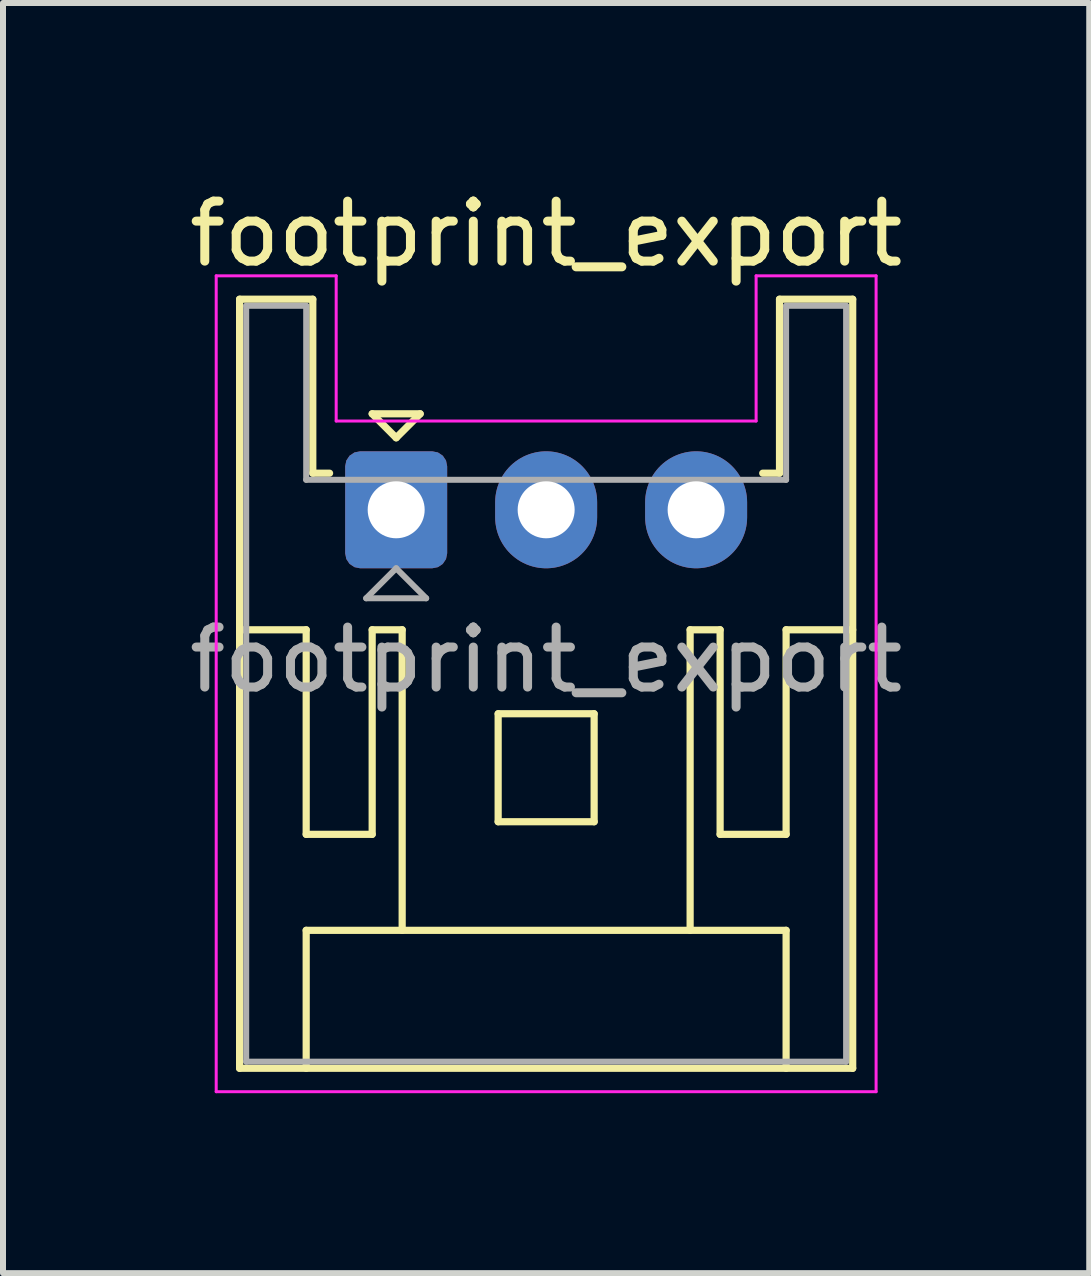
<source format=kicad_pcb>
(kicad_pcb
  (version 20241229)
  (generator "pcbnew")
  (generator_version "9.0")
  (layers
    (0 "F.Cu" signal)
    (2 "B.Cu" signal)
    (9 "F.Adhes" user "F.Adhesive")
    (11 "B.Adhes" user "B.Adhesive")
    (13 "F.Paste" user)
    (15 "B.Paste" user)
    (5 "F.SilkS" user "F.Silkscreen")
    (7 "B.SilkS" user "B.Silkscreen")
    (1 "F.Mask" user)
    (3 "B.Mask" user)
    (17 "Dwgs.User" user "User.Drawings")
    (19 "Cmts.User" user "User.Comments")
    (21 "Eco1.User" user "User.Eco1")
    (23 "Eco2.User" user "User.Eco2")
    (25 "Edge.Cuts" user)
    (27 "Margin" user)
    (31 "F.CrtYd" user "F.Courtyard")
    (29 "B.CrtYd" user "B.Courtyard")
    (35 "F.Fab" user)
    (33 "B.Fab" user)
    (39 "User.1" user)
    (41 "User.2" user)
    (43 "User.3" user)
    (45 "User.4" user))
  (footprint "footprint_export"
    (layer "F.Cu")
    (at 3.554 5.448)
    (property "Reference" "footprint_export" (at 2.5 -4.6 0) (layer "F.SilkS") (effects (font (size 1 1) (thickness 0.15))))
    (attr through_hole)
    (fp_line (start -2.61 -3.51) (end -2.61 9.31) (stroke (width 0.12) (type solid)) (layer "F.SilkS"))
    (fp_line (start -2.61 9.31) (end 7.61 9.31) (stroke (width 0.12) (type solid)) (layer "F.SilkS"))
    (fp_line (start -1.5 2) (end -2.61 2) (stroke (width 0.12) (type solid)) (layer "F.SilkS"))
    (fp_line (start -1.5 5.41) (end -1.5 2) (stroke (width 0.12) (type solid)) (layer "F.SilkS"))
    (fp_line (start -1.5 7.01) (end 6.5 7.01) (stroke (width 0.12) (type solid)) (layer "F.SilkS"))
    (fp_line (start -1.5 9.31) (end -1.5 7.01) (stroke (width 0.12) (type solid)) (layer "F.SilkS"))
    (fp_line (start -1.39 -3.51) (end -2.61 -3.51) (stroke (width 0.12) (type solid)) (layer "F.SilkS"))
    (fp_line (start -1.39 -0.61) (end -1.39 -3.51) (stroke (width 0.12) (type solid)) (layer "F.SilkS"))
    (fp_line (start -1.11 -0.61) (end -1.39 -0.61) (stroke (width 0.12) (type solid)) (layer "F.SilkS"))
    (fp_line (start -0.4 -1.6) (end 0.4 -1.6) (stroke (width 0.12) (type solid)) (layer "F.SilkS"))
    (fp_line (start -0.4 2) (end -0.4 5.41) (stroke (width 0.12) (type solid)) (layer "F.SilkS"))
    (fp_line (start -0.4 5.41) (end -1.5 5.41) (stroke (width 0.12) (type solid)) (layer "F.SilkS"))
    (fp_line (start 0 -1.2) (end -0.4 -1.6) (stroke (width 0.12) (type solid)) (layer "F.SilkS"))
    (fp_line (start 0.1 2) (end -0.4 2) (stroke (width 0.12) (type solid)) (layer "F.SilkS"))
    (fp_line (start 0.1 7.01) (end 0.1 2) (stroke (width 0.12) (type solid)) (layer "F.SilkS"))
    (fp_line (start 0.4 -1.6) (end 0 -1.2) (stroke (width 0.12) (type solid)) (layer "F.SilkS"))
    (fp_line (start 1.7 3.4) (end 3.3 3.4) (stroke (width 0.12) (type solid)) (layer "F.SilkS"))
    (fp_line (start 1.7 5.2) (end 1.7 3.4) (stroke (width 0.12) (type solid)) (layer "F.SilkS"))
    (fp_line (start 3.3 3.4) (end 3.3 5.2) (stroke (width 0.12) (type solid)) (layer "F.SilkS"))
    (fp_line (start 3.3 5.2) (end 1.7 5.2) (stroke (width 0.12) (type solid)) (layer "F.SilkS"))
    (fp_line (start 4.9 2) (end 5.4 2) (stroke (width 0.12) (type solid)) (layer "F.SilkS"))
    (fp_line (start 4.9 7.01) (end 4.9 2) (stroke (width 0.12) (type solid)) (layer "F.SilkS"))
    (fp_line (start 5.4 2) (end 5.4 5.41) (stroke (width 0.12) (type solid)) (layer "F.SilkS"))
    (fp_line (start 5.4 5.41) (end 6.5 5.41) (stroke (width 0.12) (type solid)) (layer "F.SilkS"))
    (fp_line (start 6.39 -3.51) (end 6.39 -0.61) (stroke (width 0.12) (type solid)) (layer "F.SilkS"))
    (fp_line (start 6.39 -0.61) (end 6.11 -0.61) (stroke (width 0.12) (type solid)) (layer "F.SilkS"))
    (fp_line (start 6.5 2) (end 7.61 2) (stroke (width 0.12) (type solid)) (layer "F.SilkS"))
    (fp_line (start 6.5 5.41) (end 6.5 2) (stroke (width 0.12) (type solid)) (layer "F.SilkS"))
    (fp_line (start 6.5 7.01) (end 6.5 9.31) (stroke (width 0.12) (type solid)) (layer "F.SilkS"))
    (fp_line (start 7.61 -3.51) (end 6.39 -3.51) (stroke (width 0.12) (type solid)) (layer "F.SilkS"))
    (fp_line (start 7.61 9.31) (end 7.61 -3.51) (stroke (width 0.12) (type solid)) (layer "F.SilkS"))
    (fp_line (start -3 -3.9) (end -3 9.7) (stroke (width 0.05) (type solid)) (layer "F.CrtYd"))
    (fp_line (start -3 9.7) (end 8 9.7) (stroke (width 0.05) (type solid)) (layer "F.CrtYd"))
    (fp_line (start -1 -3.9) (end -3 -3.9) (stroke (width 0.05) (type solid)) (layer "F.CrtYd"))
    (fp_line (start -1 -1.48) (end -1 -3.9) (stroke (width 0.05) (type solid)) (layer "F.CrtYd"))
    (fp_line (start 6 -3.9) (end 6 -1.48) (stroke (width 0.05) (type solid)) (layer "F.CrtYd"))
    (fp_line (start 6 -1.48) (end -1 -1.48) (stroke (width 0.05) (type solid)) (layer "F.CrtYd"))
    (fp_line (start 8 -3.9) (end 6 -3.9) (stroke (width 0.05) (type solid)) (layer "F.CrtYd"))
    (fp_line (start 8 9.7) (end 8 -3.9) (stroke (width 0.05) (type solid)) (layer "F.CrtYd"))
    (fp_line (start -2.5 -3.4) (end -2.5 9.2) (stroke (width 0.1) (type solid)) (layer "F.Fab"))
    (fp_line (start -2.5 9.2) (end 7.5 9.2) (stroke (width 0.1) (type solid)) (layer "F.Fab"))
    (fp_line (start -1.5 -3.4) (end -2.5 -3.4) (stroke (width 0.1) (type solid)) (layer "F.Fab"))
    (fp_line (start -1.5 -0.5) (end -1.5 -3.4) (stroke (width 0.1) (type solid)) (layer "F.Fab"))
    (fp_line (start -0.5 1.475) (end 0.5 1.475) (stroke (width 0.1) (type solid)) (layer "F.Fab"))
    (fp_line (start 0 0.975) (end -0.5 1.475) (stroke (width 0.1) (type solid)) (layer "F.Fab"))
    (fp_line (start 0.5 1.475) (end 0 0.975) (stroke (width 0.1) (type solid)) (layer "F.Fab"))
    (fp_line (start 6.5 -3.4) (end 6.5 -0.5) (stroke (width 0.1) (type solid)) (layer "F.Fab"))
    (fp_line (start 6.5 -0.5) (end -1.5 -0.5) (stroke (width 0.1) (type solid)) (layer "F.Fab"))
    (fp_line (start 7.5 -3.4) (end 6.5 -3.4) (stroke (width 0.1) (type solid)) (layer "F.Fab"))
    (fp_line (start 7.5 9.2) (end 7.5 -3.4) (stroke (width 0.1) (type solid)) (layer "F.Fab"))
    (fp_text user "${REFERENCE}" (at 2.5 2.5 0) (layer "F.Fab") (effects (font (size 1 1) (thickness 0.15))))
    (pad "1" thru_hole roundrect (at 0 0) (size 1.7 1.95) (drill 0.95) (layers "*.Cu" "*.Mask") (roundrect_rratio 0.147))
    (pad "2" thru_hole oval (at 2.5 0) (size 1.7 1.95) (drill 0.95) (layers "*.Cu" "*.Mask"))
    (pad "3" thru_hole oval (at 5 0) (size 1.7 1.95) (drill 0.95) (layers "*.Cu" "*.Mask")))
  (gr_rect
    (start -3 -3)
    (end 15.107 18.173)
    (stroke (width 0.1) (type default))
    (fill no)
    (layer "Edge.Cuts")))
</source>
